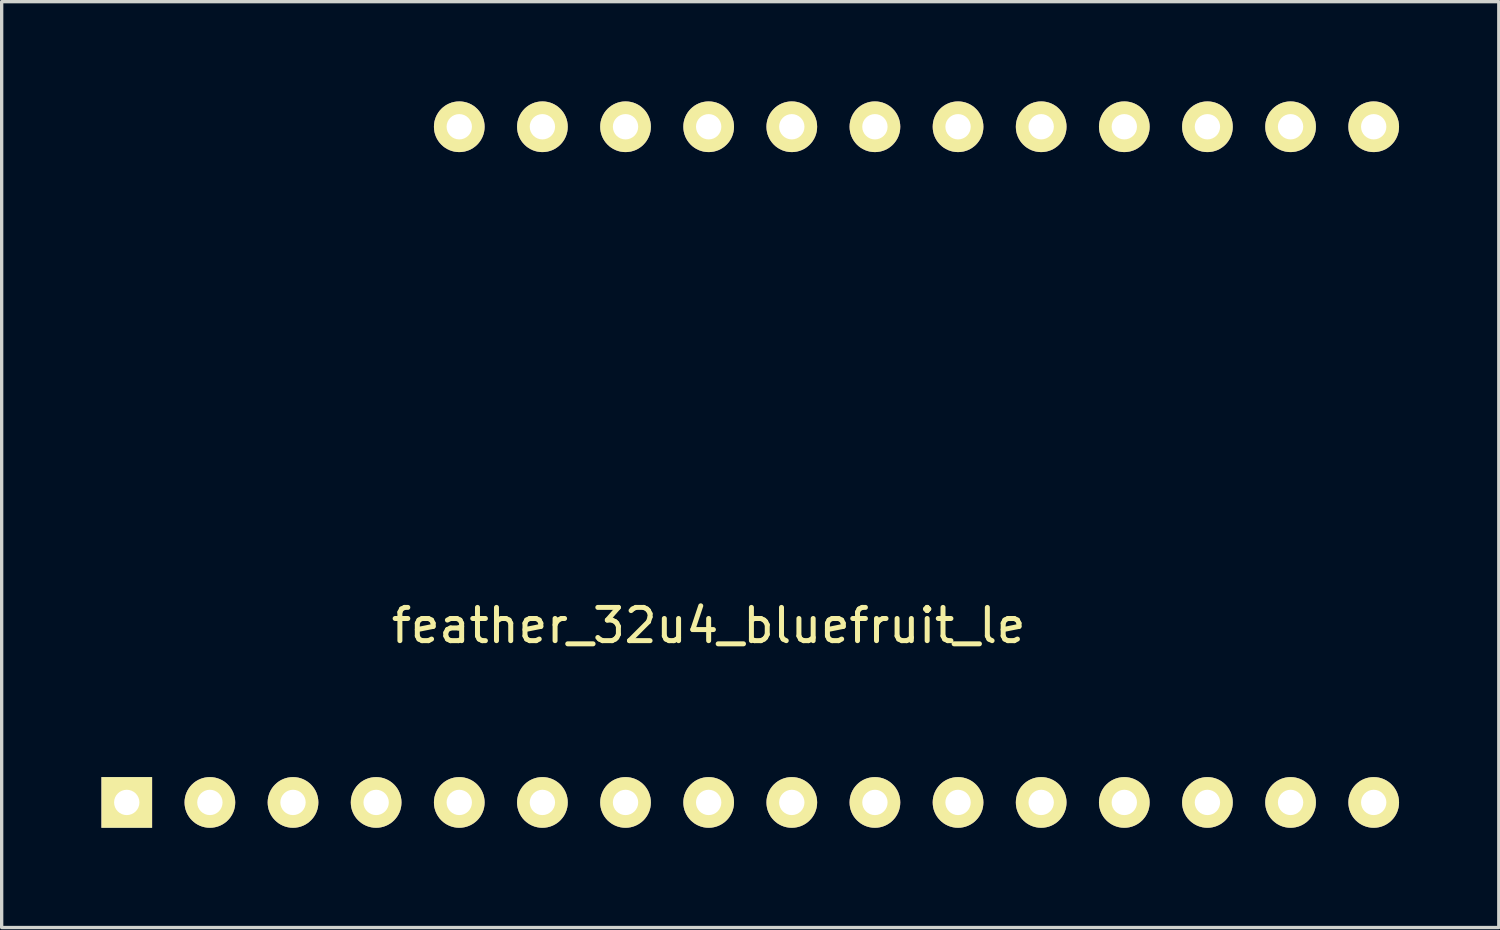
<source format=kicad_pcb>
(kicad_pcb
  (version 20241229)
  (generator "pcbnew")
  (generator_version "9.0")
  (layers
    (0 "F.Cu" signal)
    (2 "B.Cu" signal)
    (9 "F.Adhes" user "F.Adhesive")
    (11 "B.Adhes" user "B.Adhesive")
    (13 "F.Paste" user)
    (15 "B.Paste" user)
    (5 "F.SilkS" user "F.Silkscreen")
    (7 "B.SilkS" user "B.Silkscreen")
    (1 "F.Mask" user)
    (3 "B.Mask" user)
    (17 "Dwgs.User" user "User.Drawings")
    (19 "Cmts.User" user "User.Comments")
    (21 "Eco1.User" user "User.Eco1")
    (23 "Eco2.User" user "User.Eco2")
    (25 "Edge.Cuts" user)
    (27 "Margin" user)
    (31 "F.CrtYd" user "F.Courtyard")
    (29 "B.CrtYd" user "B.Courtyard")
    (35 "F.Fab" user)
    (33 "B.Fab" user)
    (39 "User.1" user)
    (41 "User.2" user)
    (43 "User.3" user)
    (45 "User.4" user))
  (footprint "feather_32u4_bluefruit_le"
    (layer "F.Cu")
    (at 10.762 0.762)
    (property "Reference" "feather_32u4_bluefruit_le" (at 7.5 15 0) (layer "F.SilkS") (effects (font (size 1 1) (thickness 0.15))))
    (attr through_hole)
    (pad "1" thru_hole rect (at -10 20.32) (size 1.524 1.524) (drill 0.762) (layers "*.Cu" "*.Mask" "F.SilkS"))
    (pad "2" thru_hole circle (at -7.5 20.32) (size 1.524 1.524) (drill 0.762) (layers "*.Cu" "*.Mask" "F.SilkS"))
    (pad "3" thru_hole circle (at -5 20.32) (size 1.524 1.524) (drill 0.762) (layers "*.Cu" "*.Mask" "F.SilkS"))
    (pad "4" thru_hole circle (at -2.5 20.32) (size 1.524 1.524) (drill 0.762) (layers "*.Cu" "*.Mask" "F.SilkS"))
    (pad "5" thru_hole circle (at 0 20.32) (size 1.524 1.524) (drill 0.762) (layers "*.Cu" "*.Mask" "F.SilkS"))
    (pad "6" thru_hole circle (at 2.5 20.32) (size 1.524 1.524) (drill 0.762) (layers "*.Cu" "*.Mask" "F.SilkS"))
    (pad "7" thru_hole circle (at 5 20.32) (size 1.524 1.524) (drill 0.762) (layers "*.Cu" "*.Mask" "F.SilkS"))
    (pad "8" thru_hole circle (at 7.5 20.32) (size 1.524 1.524) (drill 0.762) (layers "*.Cu" "*.Mask" "F.SilkS"))
    (pad "9" thru_hole circle (at 10 20.32) (size 1.524 1.524) (drill 0.762) (layers "*.Cu" "*.Mask" "F.SilkS"))
    (pad "10" thru_hole circle (at 12.5 20.32) (size 1.524 1.524) (drill 0.762) (layers "*.Cu" "*.Mask" "F.SilkS"))
    (pad "11" thru_hole circle (at 15 20.32) (size 1.524 1.524) (drill 0.762) (layers "*.Cu" "*.Mask" "F.SilkS"))
    (pad "12" thru_hole circle (at 17.5 20.32) (size 1.524 1.524) (drill 0.762) (layers "*.Cu" "*.Mask" "F.SilkS"))
    (pad "13" thru_hole circle (at 20 20.32) (size 1.524 1.524) (drill 0.762) (layers "*.Cu" "*.Mask" "F.SilkS"))
    (pad "14" thru_hole circle (at 22.5 20.32) (size 1.524 1.524) (drill 0.762) (layers "*.Cu" "*.Mask" "F.SilkS"))
    (pad "15" thru_hole circle (at 25 20.32) (size 1.524 1.524) (drill 0.762) (layers "*.Cu" "*.Mask" "F.SilkS"))
    (pad "16" thru_hole circle (at 27.5 20.32) (size 1.524 1.524) (drill 0.762) (layers "*.Cu" "*.Mask" "F.SilkS"))
    (pad "17" thru_hole circle (at 27.5 0) (size 1.524 1.524) (drill 0.762) (layers "*.Cu" "*.Mask" "F.SilkS"))
    (pad "18" thru_hole circle (at 25 0) (size 1.524 1.524) (drill 0.762) (layers "*.Cu" "*.Mask" "F.SilkS"))
    (pad "19" thru_hole circle (at 22.5 0) (size 1.524 1.524) (drill 0.762) (layers "*.Cu" "*.Mask" "F.SilkS"))
    (pad "20" thru_hole circle (at 20 0) (size 1.524 1.524) (drill 0.762) (layers "*.Cu" "*.Mask" "F.SilkS"))
    (pad "21" thru_hole circle (at 17.5 0) (size 1.524 1.524) (drill 0.762) (layers "*.Cu" "*.Mask" "F.SilkS"))
    (pad "22" thru_hole circle (at 15 0) (size 1.524 1.524) (drill 0.762) (layers "*.Cu" "*.Mask" "F.SilkS"))
    (pad "23" thru_hole circle (at 12.5 0) (size 1.524 1.524) (drill 0.762) (layers "*.Cu" "*.Mask" "F.SilkS"))
    (pad "24" thru_hole circle (at 10 0) (size 1.524 1.524) (drill 0.762) (layers "*.Cu" "*.Mask" "F.SilkS"))
    (pad "25" thru_hole circle (at 7.5 0) (size 1.524 1.524) (drill 0.762) (layers "*.Cu" "*.Mask" "F.SilkS"))
    (pad "26" thru_hole circle (at 5 0) (size 1.524 1.524) (drill 0.762) (layers "*.Cu" "*.Mask" "F.SilkS"))
    (pad "27" thru_hole circle (at 2.5 0) (size 1.524 1.524) (drill 0.762) (layers "*.Cu" "*.Mask" "F.SilkS"))
    (pad "28" thru_hole circle (at 0 0) (size 1.524 1.524) (drill 0.762) (layers "*.Cu" "*.Mask" "F.SilkS")))
  (gr_rect
    (start -3 -3)
    (end 42.024 24.844)
    (stroke (width 0.1) (type default))
    (fill no)
    (layer "Edge.Cuts")))
</source>
